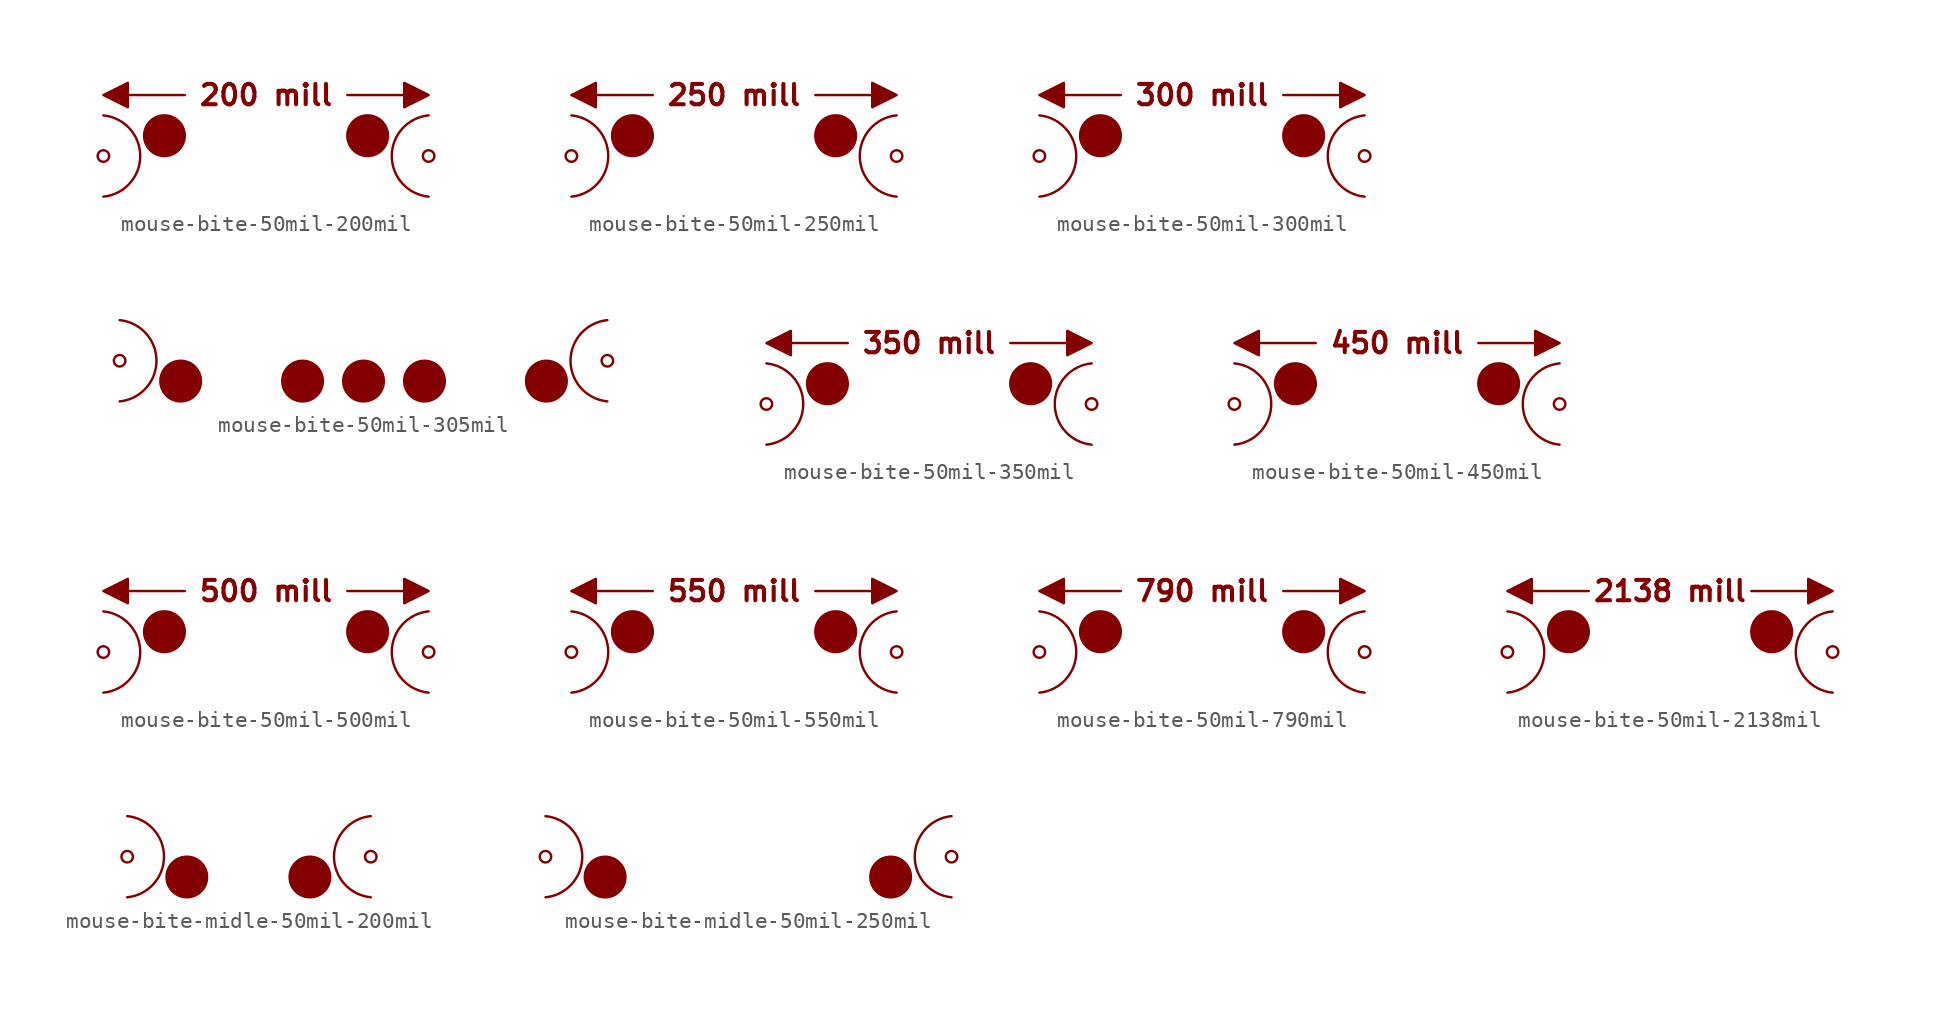
<source format=kicad_sym>
(kicad_symbol_lib
  (version 20241209)
  (generator "kicad_symbol_editor")
  (generator_version "9.0")
  (symbol "mouse-bite-50mil-200mil"
    (pin_names
      (offset 1.016))
    (property "Reference" "MB"
      (at 0 7.62 0)
      (effects (font (size 1.27 1.27)) (justify left) (hide yes)))
    (symbol "mouse-bite-50mil-200mil_1_1"
      (arc (start -9.9097 2.54) (mid -7.6077 0) (end -9.9097 -2.54) (stroke (width 0) (type default)) (fill (type none)))
      (circle (center -9.91 0) (radius 0.359) (stroke (width 0) (type default)) (fill (type none)))
      (circle (center -6.096 1.27) (radius 1.27) (stroke (width 0) (type default)) (fill (type outline)))
      (polyline (pts (xy -4.826 3.81) (xy -8.382 3.81) (xy -8.382 4.572) (xy -9.906 3.81) (xy -8.382 3.048) (xy -8.382 3.81) (xy -7.366 3.81)) (stroke (width 0) (type solid)) (fill (type outline)))
      (polyline (pts (xy 5.334 3.81) (xy 8.89 3.81) (xy 8.89 3.048) (xy 10.414 3.81) (xy 8.89 4.572) (xy 8.89 3.81) (xy 7.874 3.81)) (stroke (width 0) (type solid)) (fill (type outline)))
      (circle (center 6.604 1.27) (radius 1.27) (stroke (width 0) (type default)) (fill (type outline)))
      (circle (center 10.414 0) (radius 0.359) (stroke (width 0) (type default)) (fill (type none)))
      (arc (start 10.414 -2.54) (mid 8.1117 0) (end 10.414 2.54) (stroke (width 0) (type default)) (fill (type none)))
      (text "200 mill" (at 0.254 3.81 0) (effects (font (size 1.27 1.27) (thickness 0.254) (bold yes))))))
  (symbol "mouse-bite-50mil-250mil"
    (pin_names
      (offset 1.016))
    (property "Reference" "MB"
      (at 0 7.62 0)
      (effects (font (size 1.27 1.27)) (justify left) (hide yes)))
    (symbol "mouse-bite-50mil-250mil_1_1"
      (arc (start -9.9097 2.54) (mid -7.6077 0) (end -9.9097 -2.54) (stroke (width 0) (type default)) (fill (type none)))
      (circle (center -9.91 0) (radius 0.359) (stroke (width 0) (type default)) (fill (type none)))
      (circle (center -6.096 1.27) (radius 1.27) (stroke (width 0) (type default)) (fill (type outline)))
      (polyline (pts (xy -4.826 3.81) (xy -8.382 3.81) (xy -8.382 4.572) (xy -9.906 3.81) (xy -8.382 3.048) (xy -8.382 3.81) (xy -7.366 3.81)) (stroke (width 0) (type solid)) (fill (type outline)))
      (polyline (pts (xy 5.334 3.81) (xy 8.89 3.81) (xy 8.89 3.048) (xy 10.414 3.81) (xy 8.89 4.572) (xy 8.89 3.81) (xy 7.874 3.81)) (stroke (width 0) (type solid)) (fill (type outline)))
      (circle (center 6.604 1.27) (radius 1.27) (stroke (width 0) (type default)) (fill (type outline)))
      (circle (center 10.414 0) (radius 0.359) (stroke (width 0) (type default)) (fill (type none)))
      (arc (start 10.414 -2.54) (mid 8.1117 0) (end 10.414 2.54) (stroke (width 0) (type default)) (fill (type none)))
      (text "250 mill" (at 0.254 3.81 0) (effects (font (size 1.27 1.27) (thickness 0.254) (bold yes))))))
  (symbol "mouse-bite-50mil-300mil"
    (pin_names
      (offset 1.016))
    (property "Reference" "MB"
      (at 0 7.62 0)
      (effects (font (size 1.27 1.27)) (justify left) (hide yes)))
    (symbol "mouse-bite-50mil-300mil_1_1"
      (arc (start -9.9097 2.54) (mid -7.6077 0) (end -9.9097 -2.54) (stroke (width 0) (type default)) (fill (type none)))
      (circle (center -9.91 0) (radius 0.359) (stroke (width 0) (type default)) (fill (type none)))
      (circle (center -6.096 1.27) (radius 1.27) (stroke (width 0) (type default)) (fill (type outline)))
      (polyline (pts (xy -4.826 3.81) (xy -8.382 3.81) (xy -8.382 4.572) (xy -9.906 3.81) (xy -8.382 3.048) (xy -8.382 3.81) (xy -7.366 3.81)) (stroke (width 0) (type solid)) (fill (type outline)))
      (polyline (pts (xy 5.334 3.81) (xy 8.89 3.81) (xy 8.89 3.048) (xy 10.414 3.81) (xy 8.89 4.572) (xy 8.89 3.81) (xy 7.874 3.81)) (stroke (width 0) (type solid)) (fill (type outline)))
      (circle (center 6.604 1.27) (radius 1.27) (stroke (width 0) (type default)) (fill (type outline)))
      (circle (center 10.414 0) (radius 0.359) (stroke (width 0) (type default)) (fill (type none)))
      (arc (start 10.414 -2.54) (mid 8.1117 0) (end 10.414 2.54) (stroke (width 0) (type default)) (fill (type none)))
      (text "300 mill" (at 0.254 3.81 0) (effects (font (size 1.27 1.27) (thickness 0.254) (bold yes))))))
  (symbol "mouse-bite-50mil-305mil"
    (pin_names
      (offset 1.016))
    (property "Reference" "MB"
      (at 0 5.08 0)
      (effects (font (size 1.27 1.27)) (justify left) (hide yes)))
    (symbol "mouse-bite-50mil-305mil_1_1"
      (arc (start -15.2437 2.54) (mid -12.9417 0) (end -15.2437 -2.54) (stroke (width 0) (type default)) (fill (type none)))
      (circle (center -15.244 0) (radius 0.359) (stroke (width 0) (type default)) (fill (type none)))
      (circle (center -11.43 -1.27) (radius 1.27) (stroke (width 0) (type default)) (fill (type outline)))
      (circle (center -3.81 -1.27) (radius 1.27) (stroke (width 0) (type default)) (fill (type outline)))
      (circle (center 0 -1.27) (radius 1.27) (stroke (width 0) (type default)) (fill (type outline)))
      (circle (center 3.81 -1.27) (radius 1.27) (stroke (width 0) (type default)) (fill (type outline)))
      (circle (center 11.43 -1.27) (radius 1.27) (stroke (width 0) (type default)) (fill (type outline)))
      (circle (center 15.24 0) (radius 0.359) (stroke (width 0) (type default)) (fill (type none)))
      (arc (start 15.24 -2.54) (mid 12.9377 0) (end 15.24 2.54) (stroke (width 0) (type default)) (fill (type none)))))
  (symbol "mouse-bite-50mil-350mil"
    (pin_names
      (offset 1.016))
    (property "Reference" "MB"
      (at 0 7.62 0)
      (effects (font (size 1.27 1.27)) (justify left) (hide yes)))
    (symbol "mouse-bite-50mil-350mil_1_1"
      (arc (start -9.9097 2.54) (mid -7.6077 0) (end -9.9097 -2.54) (stroke (width 0) (type default)) (fill (type none)))
      (circle (center -9.91 0) (radius 0.359) (stroke (width 0) (type default)) (fill (type none)))
      (circle (center -6.096 1.27) (radius 1.27) (stroke (width 0) (type default)) (fill (type outline)))
      (polyline (pts (xy -4.826 3.81) (xy -8.382 3.81) (xy -8.382 4.572) (xy -9.906 3.81) (xy -8.382 3.048) (xy -8.382 3.81) (xy -7.366 3.81)) (stroke (width 0) (type solid)) (fill (type outline)))
      (polyline (pts (xy 5.334 3.81) (xy 8.89 3.81) (xy 8.89 3.048) (xy 10.414 3.81) (xy 8.89 4.572) (xy 8.89 3.81) (xy 7.874 3.81)) (stroke (width 0) (type solid)) (fill (type outline)))
      (circle (center 6.604 1.27) (radius 1.27) (stroke (width 0) (type default)) (fill (type outline)))
      (circle (center 10.414 0) (radius 0.359) (stroke (width 0) (type default)) (fill (type none)))
      (arc (start 10.414 -2.54) (mid 8.1117 0) (end 10.414 2.54) (stroke (width 0) (type default)) (fill (type none)))
      (text "350 mill" (at 0.254 3.81 0) (effects (font (size 1.27 1.27) (thickness 0.254) (bold yes))))))
  (symbol "mouse-bite-50mil-450mil"
    (pin_names
      (offset 1.016))
    (property "Reference" "MB"
      (at 0 7.62 0)
      (effects (font (size 1.27 1.27)) (justify left) (hide yes)))
    (symbol "mouse-bite-50mil-450mil_1_1"
      (arc (start -9.9097 2.54) (mid -7.6077 0) (end -9.9097 -2.54) (stroke (width 0) (type default)) (fill (type none)))
      (circle (center -9.91 0) (radius 0.359) (stroke (width 0) (type default)) (fill (type none)))
      (circle (center -6.096 1.27) (radius 1.27) (stroke (width 0) (type default)) (fill (type outline)))
      (polyline (pts (xy -4.826 3.81) (xy -8.382 3.81) (xy -8.382 4.572) (xy -9.906 3.81) (xy -8.382 3.048) (xy -8.382 3.81) (xy -7.366 3.81)) (stroke (width 0) (type solid)) (fill (type outline)))
      (polyline (pts (xy 5.334 3.81) (xy 8.89 3.81) (xy 8.89 3.048) (xy 10.414 3.81) (xy 8.89 4.572) (xy 8.89 3.81) (xy 7.874 3.81)) (stroke (width 0) (type solid)) (fill (type outline)))
      (circle (center 6.604 1.27) (radius 1.27) (stroke (width 0) (type default)) (fill (type outline)))
      (circle (center 10.414 0) (radius 0.359) (stroke (width 0) (type default)) (fill (type none)))
      (arc (start 10.414 -2.54) (mid 8.1117 0) (end 10.414 2.54) (stroke (width 0) (type default)) (fill (type none)))
      (text "450 mill" (at 0.254 3.81 0) (effects (font (size 1.27 1.27) (thickness 0.254) (bold yes))))))
  (symbol "mouse-bite-50mil-500mil"
    (pin_names
      (offset 1.016))
    (property "Reference" "MB"
      (at 0 7.62 0)
      (effects (font (size 1.27 1.27)) (justify left) (hide yes)))
    (symbol "mouse-bite-50mil-500mil_1_1"
      (arc (start -9.9097 2.54) (mid -7.6077 0) (end -9.9097 -2.54) (stroke (width 0) (type default)) (fill (type none)))
      (circle (center -9.91 0) (radius 0.359) (stroke (width 0) (type default)) (fill (type none)))
      (circle (center -6.096 1.27) (radius 1.27) (stroke (width 0) (type default)) (fill (type outline)))
      (polyline (pts (xy -4.826 3.81) (xy -8.382 3.81) (xy -8.382 4.572) (xy -9.906 3.81) (xy -8.382 3.048) (xy -8.382 3.81) (xy -7.366 3.81)) (stroke (width 0) (type solid)) (fill (type outline)))
      (polyline (pts (xy 5.334 3.81) (xy 8.89 3.81) (xy 8.89 3.048) (xy 10.414 3.81) (xy 8.89 4.572) (xy 8.89 3.81) (xy 7.874 3.81)) (stroke (width 0) (type solid)) (fill (type outline)))
      (circle (center 6.604 1.27) (radius 1.27) (stroke (width 0) (type default)) (fill (type outline)))
      (circle (center 10.414 0) (radius 0.359) (stroke (width 0) (type default)) (fill (type none)))
      (arc (start 10.414 -2.54) (mid 8.1117 0) (end 10.414 2.54) (stroke (width 0) (type default)) (fill (type none)))
      (text "500 mill" (at 0.254 3.81 0) (effects (font (size 1.27 1.27) (thickness 0.254) (bold yes))))))
  (symbol "mouse-bite-50mil-550mil"
    (pin_names
      (offset 1.016))
    (property "Reference" "MB"
      (at 0 7.62 0)
      (effects (font (size 1.27 1.27)) (justify left) (hide yes)))
    (symbol "mouse-bite-50mil-550mil_1_1"
      (arc (start -9.9097 2.54) (mid -7.6077 0) (end -9.9097 -2.54) (stroke (width 0) (type default)) (fill (type none)))
      (circle (center -9.91 0) (radius 0.359) (stroke (width 0) (type default)) (fill (type none)))
      (circle (center -6.096 1.27) (radius 1.27) (stroke (width 0) (type default)) (fill (type outline)))
      (polyline (pts (xy -4.826 3.81) (xy -8.382 3.81) (xy -8.382 4.572) (xy -9.906 3.81) (xy -8.382 3.048) (xy -8.382 3.81) (xy -7.366 3.81)) (stroke (width 0) (type solid)) (fill (type outline)))
      (polyline (pts (xy 5.334 3.81) (xy 8.89 3.81) (xy 8.89 3.048) (xy 10.414 3.81) (xy 8.89 4.572) (xy 8.89 3.81) (xy 7.874 3.81)) (stroke (width 0) (type solid)) (fill (type outline)))
      (circle (center 6.604 1.27) (radius 1.27) (stroke (width 0) (type default)) (fill (type outline)))
      (circle (center 10.414 0) (radius 0.359) (stroke (width 0) (type default)) (fill (type none)))
      (arc (start 10.414 -2.54) (mid 8.1117 0) (end 10.414 2.54) (stroke (width 0) (type default)) (fill (type none)))
      (text "550 mill" (at 0.254 3.81 0) (effects (font (size 1.27 1.27) (thickness 0.254) (bold yes))))))
  (symbol "mouse-bite-50mil-790mil"
    (pin_names
      (offset 1.016))
    (property "Reference" "MB"
      (at 0 6.35 0)
      (effects (font (size 1.27 1.27)) (justify left) (hide yes)))
    (symbol "mouse-bite-50mil-790mil_1_1"
      (arc (start -10.1637 2.54) (mid -7.8617 0) (end -10.1637 -2.54) (stroke (width 0) (type default)) (fill (type none)))
      (circle (center -10.164 0) (radius 0.359) (stroke (width 0) (type default)) (fill (type none)))
      (circle (center -6.35 1.27) (radius 1.27) (stroke (width 0) (type default)) (fill (type outline)))
      (polyline (pts (xy -5.08 3.81) (xy -8.636 3.81) (xy -8.636 4.572) (xy -10.16 3.81) (xy -8.636 3.048) (xy -8.636 3.81) (xy -7.62 3.81)) (stroke (width 0) (type solid)) (fill (type outline)))
      (polyline (pts (xy 5.08 3.81) (xy 8.636 3.81) (xy 8.636 3.048) (xy 10.16 3.81) (xy 8.636 4.572) (xy 8.636 3.81) (xy 7.62 3.81)) (stroke (width 0) (type solid)) (fill (type outline)))
      (circle (center 6.35 1.27) (radius 1.27) (stroke (width 0) (type default)) (fill (type outline)))
      (circle (center 10.16 0) (radius 0.359) (stroke (width 0) (type default)) (fill (type none)))
      (arc (start 10.16 -2.54) (mid 7.8577 0) (end 10.16 2.54) (stroke (width 0) (type default)) (fill (type none)))
      (text "790 mill" (at 0 3.81 0) (effects (font (size 1.27 1.27) (thickness 0.254) (bold yes))))))
  (symbol "mouse-bite-50mil-2138mil"
    (pin_names
      (offset 1.016))
    (property "Reference" "MB"
      (at 0 7.62 0)
      (effects (font (size 1.27 1.27)) (justify left) (hide yes)))
    (symbol "mouse-bite-50mil-2138mil_1_1"
      (arc (start -10.1637 2.54) (mid -7.8617 0) (end -10.1637 -2.54) (stroke (width 0) (type default)) (fill (type none)))
      (circle (center -10.164 0) (radius 0.359) (stroke (width 0) (type default)) (fill (type none)))
      (circle (center -6.35 1.27) (radius 1.27) (stroke (width 0) (type default)) (fill (type outline)))
      (polyline (pts (xy -5.08 3.81) (xy -8.636 3.81) (xy -8.636 4.572) (xy -10.16 3.81) (xy -8.636 3.048) (xy -8.636 3.81) (xy -7.62 3.81)) (stroke (width 0) (type solid)) (fill (type outline)))
      (polyline (pts (xy 5.08 3.81) (xy 8.636 3.81) (xy 8.636 3.048) (xy 10.16 3.81) (xy 8.636 4.572) (xy 8.636 3.81) (xy 7.62 3.81)) (stroke (width 0) (type solid)) (fill (type outline)))
      (circle (center 6.35 1.27) (radius 1.27) (stroke (width 0) (type default)) (fill (type outline)))
      (circle (center 10.16 0) (radius 0.359) (stroke (width 0) (type default)) (fill (type none)))
      (arc (start 10.16 -2.54) (mid 7.8577 0) (end 10.16 2.54) (stroke (width 0) (type default)) (fill (type none)))
      (text "2138 mill" (at 0 3.81 0) (effects (font (size 1.27 1.27) (thickness 0.254) (bold yes))))))
  (symbol "mouse-bite-midle-50mil-200mil"
    (pin_names
      (offset 1.016))
    (property "Reference" "MB"
      (at 0 5.08 0)
      (effects (font (size 1.27 1.27)) (justify left) (hide yes)))
    (symbol "mouse-bite-midle-50mil-200mil_1_1"
      (arc (start -7.6237 2.54) (mid -5.3217 0) (end -7.6237 -2.54) (stroke (width 0) (type default)) (fill (type none)))
      (circle (center -7.624 0) (radius 0.359) (stroke (width 0) (type default)) (fill (type none)))
      (circle (center -3.893 -1.27) (radius 1.27) (stroke (width 0) (type default)) (fill (type outline)))
      (circle (center 3.81 -1.27) (radius 1.27) (stroke (width 0) (type default)) (fill (type outline)))
      (circle (center 7.62 0) (radius 0.359) (stroke (width 0) (type default)) (fill (type none)))
      (arc (start 7.62 -2.54) (mid 5.318 0) (end 7.62 2.54) (stroke (width 0) (type default)) (fill (type none)))))
  (symbol "mouse-bite-midle-50mil-250mil"
    (pin_names
      (offset 1.016))
    (property "Reference" "MB"
      (at 0 5.08 0)
      (effects (font (size 1.27 1.27)) (justify left) (hide yes)))
    (symbol "mouse-bite-midle-50mil-250mil_1_1"
      (arc (start -12.7037 2.54) (mid -10.4017 0) (end -12.7037 -2.54) (stroke (width 0) (type default)) (fill (type none)))
      (circle (center -12.704 0) (radius 0.359) (stroke (width 0) (type default)) (fill (type none)))
      (circle (center -8.973 -1.27) (radius 1.27) (stroke (width 0) (type default)) (fill (type outline)))
      (circle (center 8.89 -1.27) (radius 1.27) (stroke (width 0) (type default)) (fill (type outline)))
      (circle (center 12.7 0) (radius 0.359) (stroke (width 0) (type default)) (fill (type none)))
      (arc (start 12.7 -2.54) (mid 10.3977 0) (end 12.7 2.54) (stroke (width 0) (type default)) (fill (type none))))))
</source>
